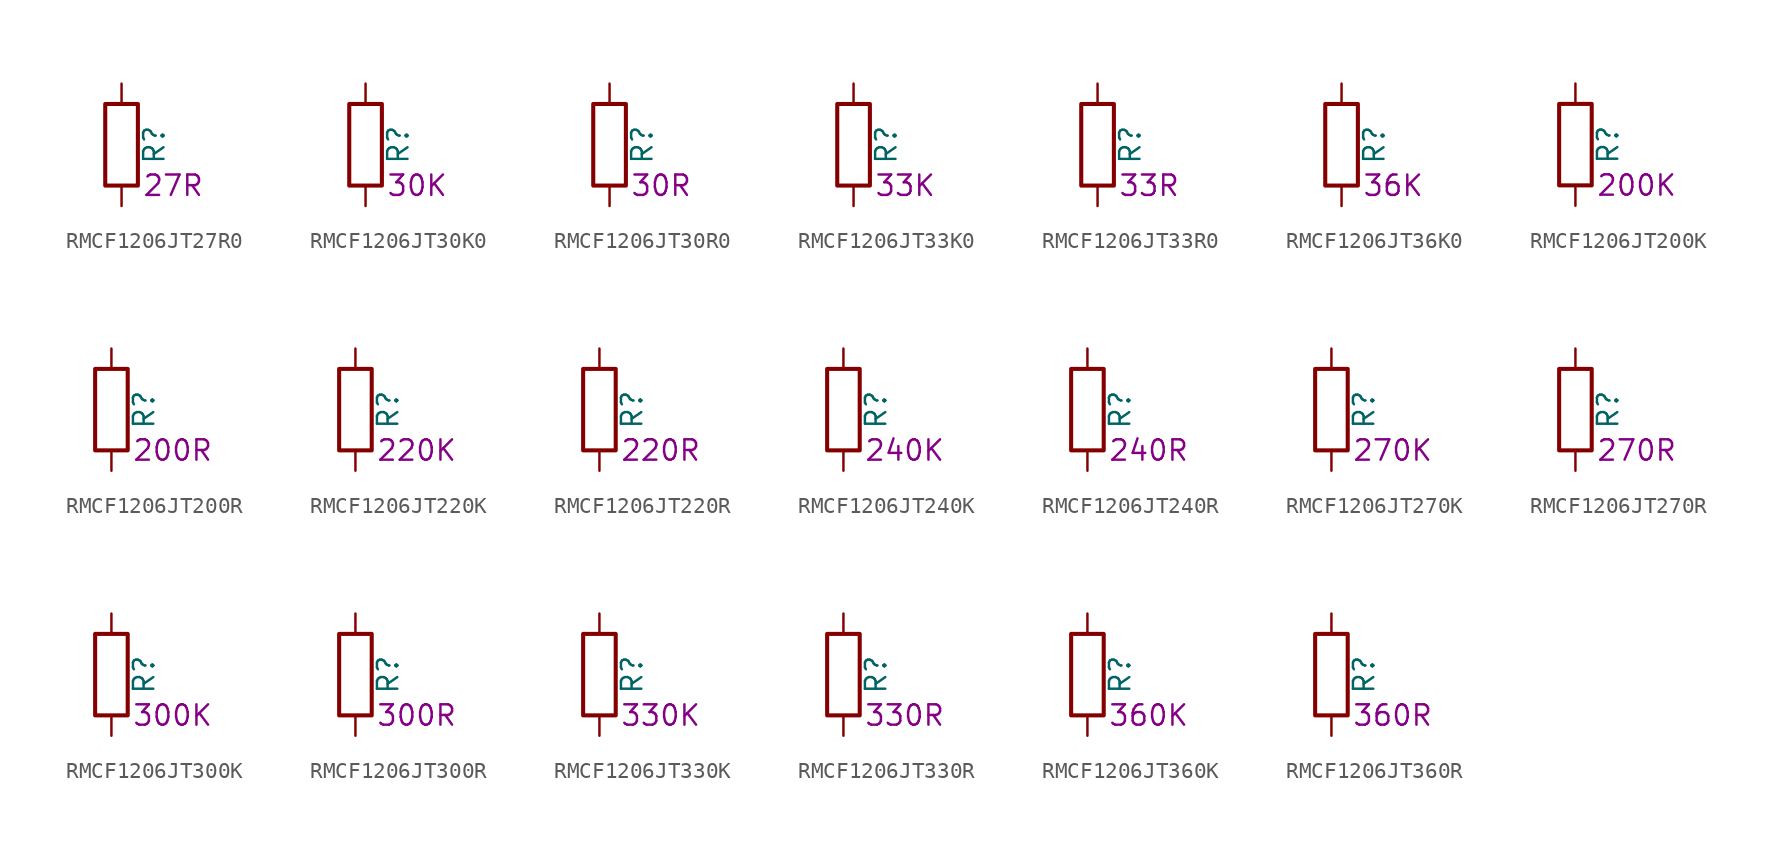
<source format=kicad_sym>
(kicad_symbol_lib
  (version 20220914)
  (generator kicad_symbol_editor)
  (symbol "RMCF1206JT27R0"
    (pin_numbers hide)
    (pin_names
      (offset 0))
    (property "Reference" "R"
      (at 2.032 0 90)
      (effects (font (size 1.27 1.27))))
    (property "Resistance" "27R"
      (at 1.27 -2.54 0)
      (effects (font (size 1.27 1.27)) (justify left)))
    (symbol "RMCF1206JT27R0_0_1"
      (rectangle (start -1.016 -2.54) (end 1.016 2.54) (stroke (width 0.254) (type default)) (fill (type none))))
    (symbol "RMCF1206JT27R0_1_1"
      (pin passive line (at 0 3.81 270) (length 1.27) (name "~" (effects (font (size 1.27 1.27)))) (number "1" (effects (font (size 1.27 1.27)))))
      (pin passive line (at 0 -3.81 90) (length 1.27) (name "~" (effects (font (size 1.27 1.27)))) (number "2" (effects (font (size 1.27 1.27)))))))
  (symbol "RMCF1206JT30K0"
    (pin_numbers hide)
    (pin_names
      (offset 0))
    (property "Reference" "R"
      (at 2.032 0 90)
      (effects (font (size 1.27 1.27))))
    (property "Resistance" "30K"
      (at 1.27 -2.54 0)
      (effects (font (size 1.27 1.27)) (justify left)))
    (symbol "RMCF1206JT30K0_0_1"
      (rectangle (start -1.016 -2.54) (end 1.016 2.54) (stroke (width 0.254) (type default)) (fill (type none))))
    (symbol "RMCF1206JT30K0_1_1"
      (pin passive line (at 0 3.81 270) (length 1.27) (name "~" (effects (font (size 1.27 1.27)))) (number "1" (effects (font (size 1.27 1.27)))))
      (pin passive line (at 0 -3.81 90) (length 1.27) (name "~" (effects (font (size 1.27 1.27)))) (number "2" (effects (font (size 1.27 1.27)))))))
  (symbol "RMCF1206JT30R0"
    (pin_numbers hide)
    (pin_names
      (offset 0))
    (property "Reference" "R"
      (at 2.032 0 90)
      (effects (font (size 1.27 1.27))))
    (property "Resistance" "30R"
      (at 1.27 -2.54 0)
      (effects (font (size 1.27 1.27)) (justify left)))
    (symbol "RMCF1206JT30R0_0_1"
      (rectangle (start -1.016 -2.54) (end 1.016 2.54) (stroke (width 0.254) (type default)) (fill (type none))))
    (symbol "RMCF1206JT30R0_1_1"
      (pin passive line (at 0 3.81 270) (length 1.27) (name "~" (effects (font (size 1.27 1.27)))) (number "1" (effects (font (size 1.27 1.27)))))
      (pin passive line (at 0 -3.81 90) (length 1.27) (name "~" (effects (font (size 1.27 1.27)))) (number "2" (effects (font (size 1.27 1.27)))))))
  (symbol "RMCF1206JT33K0"
    (pin_numbers hide)
    (pin_names
      (offset 0))
    (property "Reference" "R"
      (at 2.032 0 90)
      (effects (font (size 1.27 1.27))))
    (property "Resistance" "33K"
      (at 1.27 -2.54 0)
      (effects (font (size 1.27 1.27)) (justify left)))
    (symbol "RMCF1206JT33K0_0_1"
      (rectangle (start -1.016 -2.54) (end 1.016 2.54) (stroke (width 0.254) (type default)) (fill (type none))))
    (symbol "RMCF1206JT33K0_1_1"
      (pin passive line (at 0 3.81 270) (length 1.27) (name "~" (effects (font (size 1.27 1.27)))) (number "1" (effects (font (size 1.27 1.27)))))
      (pin passive line (at 0 -3.81 90) (length 1.27) (name "~" (effects (font (size 1.27 1.27)))) (number "2" (effects (font (size 1.27 1.27)))))))
  (symbol "RMCF1206JT33R0"
    (pin_numbers hide)
    (pin_names
      (offset 0))
    (property "Reference" "R"
      (at 2.032 0 90)
      (effects (font (size 1.27 1.27))))
    (property "Resistance" "33R"
      (at 1.27 -2.54 0)
      (effects (font (size 1.27 1.27)) (justify left)))
    (symbol "RMCF1206JT33R0_0_1"
      (rectangle (start -1.016 -2.54) (end 1.016 2.54) (stroke (width 0.254) (type default)) (fill (type none))))
    (symbol "RMCF1206JT33R0_1_1"
      (pin passive line (at 0 3.81 270) (length 1.27) (name "~" (effects (font (size 1.27 1.27)))) (number "1" (effects (font (size 1.27 1.27)))))
      (pin passive line (at 0 -3.81 90) (length 1.27) (name "~" (effects (font (size 1.27 1.27)))) (number "2" (effects (font (size 1.27 1.27)))))))
  (symbol "RMCF1206JT36K0"
    (pin_numbers hide)
    (pin_names
      (offset 0))
    (property "Reference" "R"
      (at 2.032 0 90)
      (effects (font (size 1.27 1.27))))
    (property "Resistance" "36K"
      (at 1.27 -2.54 0)
      (effects (font (size 1.27 1.27)) (justify left)))
    (symbol "RMCF1206JT36K0_0_1"
      (rectangle (start -1.016 -2.54) (end 1.016 2.54) (stroke (width 0.254) (type default)) (fill (type none))))
    (symbol "RMCF1206JT36K0_1_1"
      (pin passive line (at 0 3.81 270) (length 1.27) (name "~" (effects (font (size 1.27 1.27)))) (number "1" (effects (font (size 1.27 1.27)))))
      (pin passive line (at 0 -3.81 90) (length 1.27) (name "~" (effects (font (size 1.27 1.27)))) (number "2" (effects (font (size 1.27 1.27)))))))
  (symbol "RMCF1206JT200K"
    (pin_numbers hide)
    (pin_names
      (offset 0))
    (property "Reference" "R"
      (at 2.032 0 90)
      (effects (font (size 1.27 1.27))))
    (property "Resistance" "200K"
      (at 1.27 -2.54 0)
      (effects (font (size 1.27 1.27)) (justify left)))
    (symbol "RMCF1206JT200K_0_1"
      (rectangle (start -1.016 -2.54) (end 1.016 2.54) (stroke (width 0.254) (type default)) (fill (type none))))
    (symbol "RMCF1206JT200K_1_1"
      (pin passive line (at 0 3.81 270) (length 1.27) (name "~" (effects (font (size 1.27 1.27)))) (number "1" (effects (font (size 1.27 1.27)))))
      (pin passive line (at 0 -3.81 90) (length 1.27) (name "~" (effects (font (size 1.27 1.27)))) (number "2" (effects (font (size 1.27 1.27)))))))
  (symbol "RMCF1206JT200R"
    (pin_numbers hide)
    (pin_names
      (offset 0))
    (property "Reference" "R"
      (at 2.032 0 90)
      (effects (font (size 1.27 1.27))))
    (property "Resistance" "200R"
      (at 1.27 -2.54 0)
      (effects (font (size 1.27 1.27)) (justify left)))
    (symbol "RMCF1206JT200R_0_1"
      (rectangle (start -1.016 -2.54) (end 1.016 2.54) (stroke (width 0.254) (type default)) (fill (type none))))
    (symbol "RMCF1206JT200R_1_1"
      (pin passive line (at 0 3.81 270) (length 1.27) (name "~" (effects (font (size 1.27 1.27)))) (number "1" (effects (font (size 1.27 1.27)))))
      (pin passive line (at 0 -3.81 90) (length 1.27) (name "~" (effects (font (size 1.27 1.27)))) (number "2" (effects (font (size 1.27 1.27)))))))
  (symbol "RMCF1206JT220K"
    (pin_numbers hide)
    (pin_names
      (offset 0))
    (property "Reference" "R"
      (at 2.032 0 90)
      (effects (font (size 1.27 1.27))))
    (property "Resistance" "220K"
      (at 1.27 -2.54 0)
      (effects (font (size 1.27 1.27)) (justify left)))
    (symbol "RMCF1206JT220K_0_1"
      (rectangle (start -1.016 -2.54) (end 1.016 2.54) (stroke (width 0.254) (type default)) (fill (type none))))
    (symbol "RMCF1206JT220K_1_1"
      (pin passive line (at 0 3.81 270) (length 1.27) (name "~" (effects (font (size 1.27 1.27)))) (number "1" (effects (font (size 1.27 1.27)))))
      (pin passive line (at 0 -3.81 90) (length 1.27) (name "~" (effects (font (size 1.27 1.27)))) (number "2" (effects (font (size 1.27 1.27)))))))
  (symbol "RMCF1206JT220R"
    (pin_numbers hide)
    (pin_names
      (offset 0))
    (property "Reference" "R"
      (at 2.032 0 90)
      (effects (font (size 1.27 1.27))))
    (property "Resistance" "220R"
      (at 1.27 -2.54 0)
      (effects (font (size 1.27 1.27)) (justify left)))
    (symbol "RMCF1206JT220R_0_1"
      (rectangle (start -1.016 -2.54) (end 1.016 2.54) (stroke (width 0.254) (type default)) (fill (type none))))
    (symbol "RMCF1206JT220R_1_1"
      (pin passive line (at 0 3.81 270) (length 1.27) (name "~" (effects (font (size 1.27 1.27)))) (number "1" (effects (font (size 1.27 1.27)))))
      (pin passive line (at 0 -3.81 90) (length 1.27) (name "~" (effects (font (size 1.27 1.27)))) (number "2" (effects (font (size 1.27 1.27)))))))
  (symbol "RMCF1206JT240K"
    (pin_numbers hide)
    (pin_names
      (offset 0))
    (property "Reference" "R"
      (at 2.032 0 90)
      (effects (font (size 1.27 1.27))))
    (property "Resistance" "240K"
      (at 1.27 -2.54 0)
      (effects (font (size 1.27 1.27)) (justify left)))
    (symbol "RMCF1206JT240K_0_1"
      (rectangle (start -1.016 -2.54) (end 1.016 2.54) (stroke (width 0.254) (type default)) (fill (type none))))
    (symbol "RMCF1206JT240K_1_1"
      (pin passive line (at 0 3.81 270) (length 1.27) (name "~" (effects (font (size 1.27 1.27)))) (number "1" (effects (font (size 1.27 1.27)))))
      (pin passive line (at 0 -3.81 90) (length 1.27) (name "~" (effects (font (size 1.27 1.27)))) (number "2" (effects (font (size 1.27 1.27)))))))
  (symbol "RMCF1206JT240R"
    (pin_numbers hide)
    (pin_names
      (offset 0))
    (property "Reference" "R"
      (at 2.032 0 90)
      (effects (font (size 1.27 1.27))))
    (property "Resistance" "240R"
      (at 1.27 -2.54 0)
      (effects (font (size 1.27 1.27)) (justify left)))
    (symbol "RMCF1206JT240R_0_1"
      (rectangle (start -1.016 -2.54) (end 1.016 2.54) (stroke (width 0.254) (type default)) (fill (type none))))
    (symbol "RMCF1206JT240R_1_1"
      (pin passive line (at 0 3.81 270) (length 1.27) (name "~" (effects (font (size 1.27 1.27)))) (number "1" (effects (font (size 1.27 1.27)))))
      (pin passive line (at 0 -3.81 90) (length 1.27) (name "~" (effects (font (size 1.27 1.27)))) (number "2" (effects (font (size 1.27 1.27)))))))
  (symbol "RMCF1206JT270K"
    (pin_numbers hide)
    (pin_names
      (offset 0))
    (property "Reference" "R"
      (at 2.032 0 90)
      (effects (font (size 1.27 1.27))))
    (property "Resistance" "270K"
      (at 1.27 -2.54 0)
      (effects (font (size 1.27 1.27)) (justify left)))
    (symbol "RMCF1206JT270K_0_1"
      (rectangle (start -1.016 -2.54) (end 1.016 2.54) (stroke (width 0.254) (type default)) (fill (type none))))
    (symbol "RMCF1206JT270K_1_1"
      (pin passive line (at 0 3.81 270) (length 1.27) (name "~" (effects (font (size 1.27 1.27)))) (number "1" (effects (font (size 1.27 1.27)))))
      (pin passive line (at 0 -3.81 90) (length 1.27) (name "~" (effects (font (size 1.27 1.27)))) (number "2" (effects (font (size 1.27 1.27)))))))
  (symbol "RMCF1206JT270R"
    (pin_numbers hide)
    (pin_names
      (offset 0))
    (property "Reference" "R"
      (at 2.032 0 90)
      (effects (font (size 1.27 1.27))))
    (property "Resistance" "270R"
      (at 1.27 -2.54 0)
      (effects (font (size 1.27 1.27)) (justify left)))
    (symbol "RMCF1206JT270R_0_1"
      (rectangle (start -1.016 -2.54) (end 1.016 2.54) (stroke (width 0.254) (type default)) (fill (type none))))
    (symbol "RMCF1206JT270R_1_1"
      (pin passive line (at 0 3.81 270) (length 1.27) (name "~" (effects (font (size 1.27 1.27)))) (number "1" (effects (font (size 1.27 1.27)))))
      (pin passive line (at 0 -3.81 90) (length 1.27) (name "~" (effects (font (size 1.27 1.27)))) (number "2" (effects (font (size 1.27 1.27)))))))
  (symbol "RMCF1206JT300K"
    (pin_numbers hide)
    (pin_names
      (offset 0))
    (property "Reference" "R"
      (at 2.032 0 90)
      (effects (font (size 1.27 1.27))))
    (property "Resistance" "300K"
      (at 1.27 -2.54 0)
      (effects (font (size 1.27 1.27)) (justify left)))
    (symbol "RMCF1206JT300K_0_1"
      (rectangle (start -1.016 -2.54) (end 1.016 2.54) (stroke (width 0.254) (type default)) (fill (type none))))
    (symbol "RMCF1206JT300K_1_1"
      (pin passive line (at 0 3.81 270) (length 1.27) (name "~" (effects (font (size 1.27 1.27)))) (number "1" (effects (font (size 1.27 1.27)))))
      (pin passive line (at 0 -3.81 90) (length 1.27) (name "~" (effects (font (size 1.27 1.27)))) (number "2" (effects (font (size 1.27 1.27)))))))
  (symbol "RMCF1206JT300R"
    (pin_numbers hide)
    (pin_names
      (offset 0))
    (property "Reference" "R"
      (at 2.032 0 90)
      (effects (font (size 1.27 1.27))))
    (property "Resistance" "300R"
      (at 1.27 -2.54 0)
      (effects (font (size 1.27 1.27)) (justify left)))
    (symbol "RMCF1206JT300R_0_1"
      (rectangle (start -1.016 -2.54) (end 1.016 2.54) (stroke (width 0.254) (type default)) (fill (type none))))
    (symbol "RMCF1206JT300R_1_1"
      (pin passive line (at 0 3.81 270) (length 1.27) (name "~" (effects (font (size 1.27 1.27)))) (number "1" (effects (font (size 1.27 1.27)))))
      (pin passive line (at 0 -3.81 90) (length 1.27) (name "~" (effects (font (size 1.27 1.27)))) (number "2" (effects (font (size 1.27 1.27)))))))
  (symbol "RMCF1206JT330K"
    (pin_numbers hide)
    (pin_names
      (offset 0))
    (property "Reference" "R"
      (at 2.032 0 90)
      (effects (font (size 1.27 1.27))))
    (property "Resistance" "330K"
      (at 1.27 -2.54 0)
      (effects (font (size 1.27 1.27)) (justify left)))
    (symbol "RMCF1206JT330K_0_1"
      (rectangle (start -1.016 -2.54) (end 1.016 2.54) (stroke (width 0.254) (type default)) (fill (type none))))
    (symbol "RMCF1206JT330K_1_1"
      (pin passive line (at 0 3.81 270) (length 1.27) (name "~" (effects (font (size 1.27 1.27)))) (number "1" (effects (font (size 1.27 1.27)))))
      (pin passive line (at 0 -3.81 90) (length 1.27) (name "~" (effects (font (size 1.27 1.27)))) (number "2" (effects (font (size 1.27 1.27)))))))
  (symbol "RMCF1206JT330R"
    (pin_numbers hide)
    (pin_names
      (offset 0))
    (property "Reference" "R"
      (at 2.032 0 90)
      (effects (font (size 1.27 1.27))))
    (property "Resistance" "330R"
      (at 1.27 -2.54 0)
      (effects (font (size 1.27 1.27)) (justify left)))
    (symbol "RMCF1206JT330R_0_1"
      (rectangle (start -1.016 -2.54) (end 1.016 2.54) (stroke (width 0.254) (type default)) (fill (type none))))
    (symbol "RMCF1206JT330R_1_1"
      (pin passive line (at 0 3.81 270) (length 1.27) (name "~" (effects (font (size 1.27 1.27)))) (number "1" (effects (font (size 1.27 1.27)))))
      (pin passive line (at 0 -3.81 90) (length 1.27) (name "~" (effects (font (size 1.27 1.27)))) (number "2" (effects (font (size 1.27 1.27)))))))
  (symbol "RMCF1206JT360K"
    (pin_numbers hide)
    (pin_names
      (offset 0))
    (property "Reference" "R"
      (at 2.032 0 90)
      (effects (font (size 1.27 1.27))))
    (property "Resistance" "360K"
      (at 1.27 -2.54 0)
      (effects (font (size 1.27 1.27)) (justify left)))
    (symbol "RMCF1206JT360K_0_1"
      (rectangle (start -1.016 -2.54) (end 1.016 2.54) (stroke (width 0.254) (type default)) (fill (type none))))
    (symbol "RMCF1206JT360K_1_1"
      (pin passive line (at 0 3.81 270) (length 1.27) (name "~" (effects (font (size 1.27 1.27)))) (number "1" (effects (font (size 1.27 1.27)))))
      (pin passive line (at 0 -3.81 90) (length 1.27) (name "~" (effects (font (size 1.27 1.27)))) (number "2" (effects (font (size 1.27 1.27)))))))
  (symbol "RMCF1206JT360R"
    (pin_numbers hide)
    (pin_names
      (offset 0))
    (property "Reference" "R"
      (at 2.032 0 90)
      (effects (font (size 1.27 1.27))))
    (property "Resistance" "360R"
      (at 1.27 -2.54 0)
      (effects (font (size 1.27 1.27)) (justify left)))
    (symbol "RMCF1206JT360R_0_1"
      (rectangle (start -1.016 -2.54) (end 1.016 2.54) (stroke (width 0.254) (type default)) (fill (type none))))
    (symbol "RMCF1206JT360R_1_1"
      (pin passive line (at 0 3.81 270) (length 1.27) (name "~" (effects (font (size 1.27 1.27)))) (number "1" (effects (font (size 1.27 1.27)))))
      (pin passive line (at 0 -3.81 90) (length 1.27) (name "~" (effects (font (size 1.27 1.27)))) (number "2" (effects (font (size 1.27 1.27))))))))
</source>
